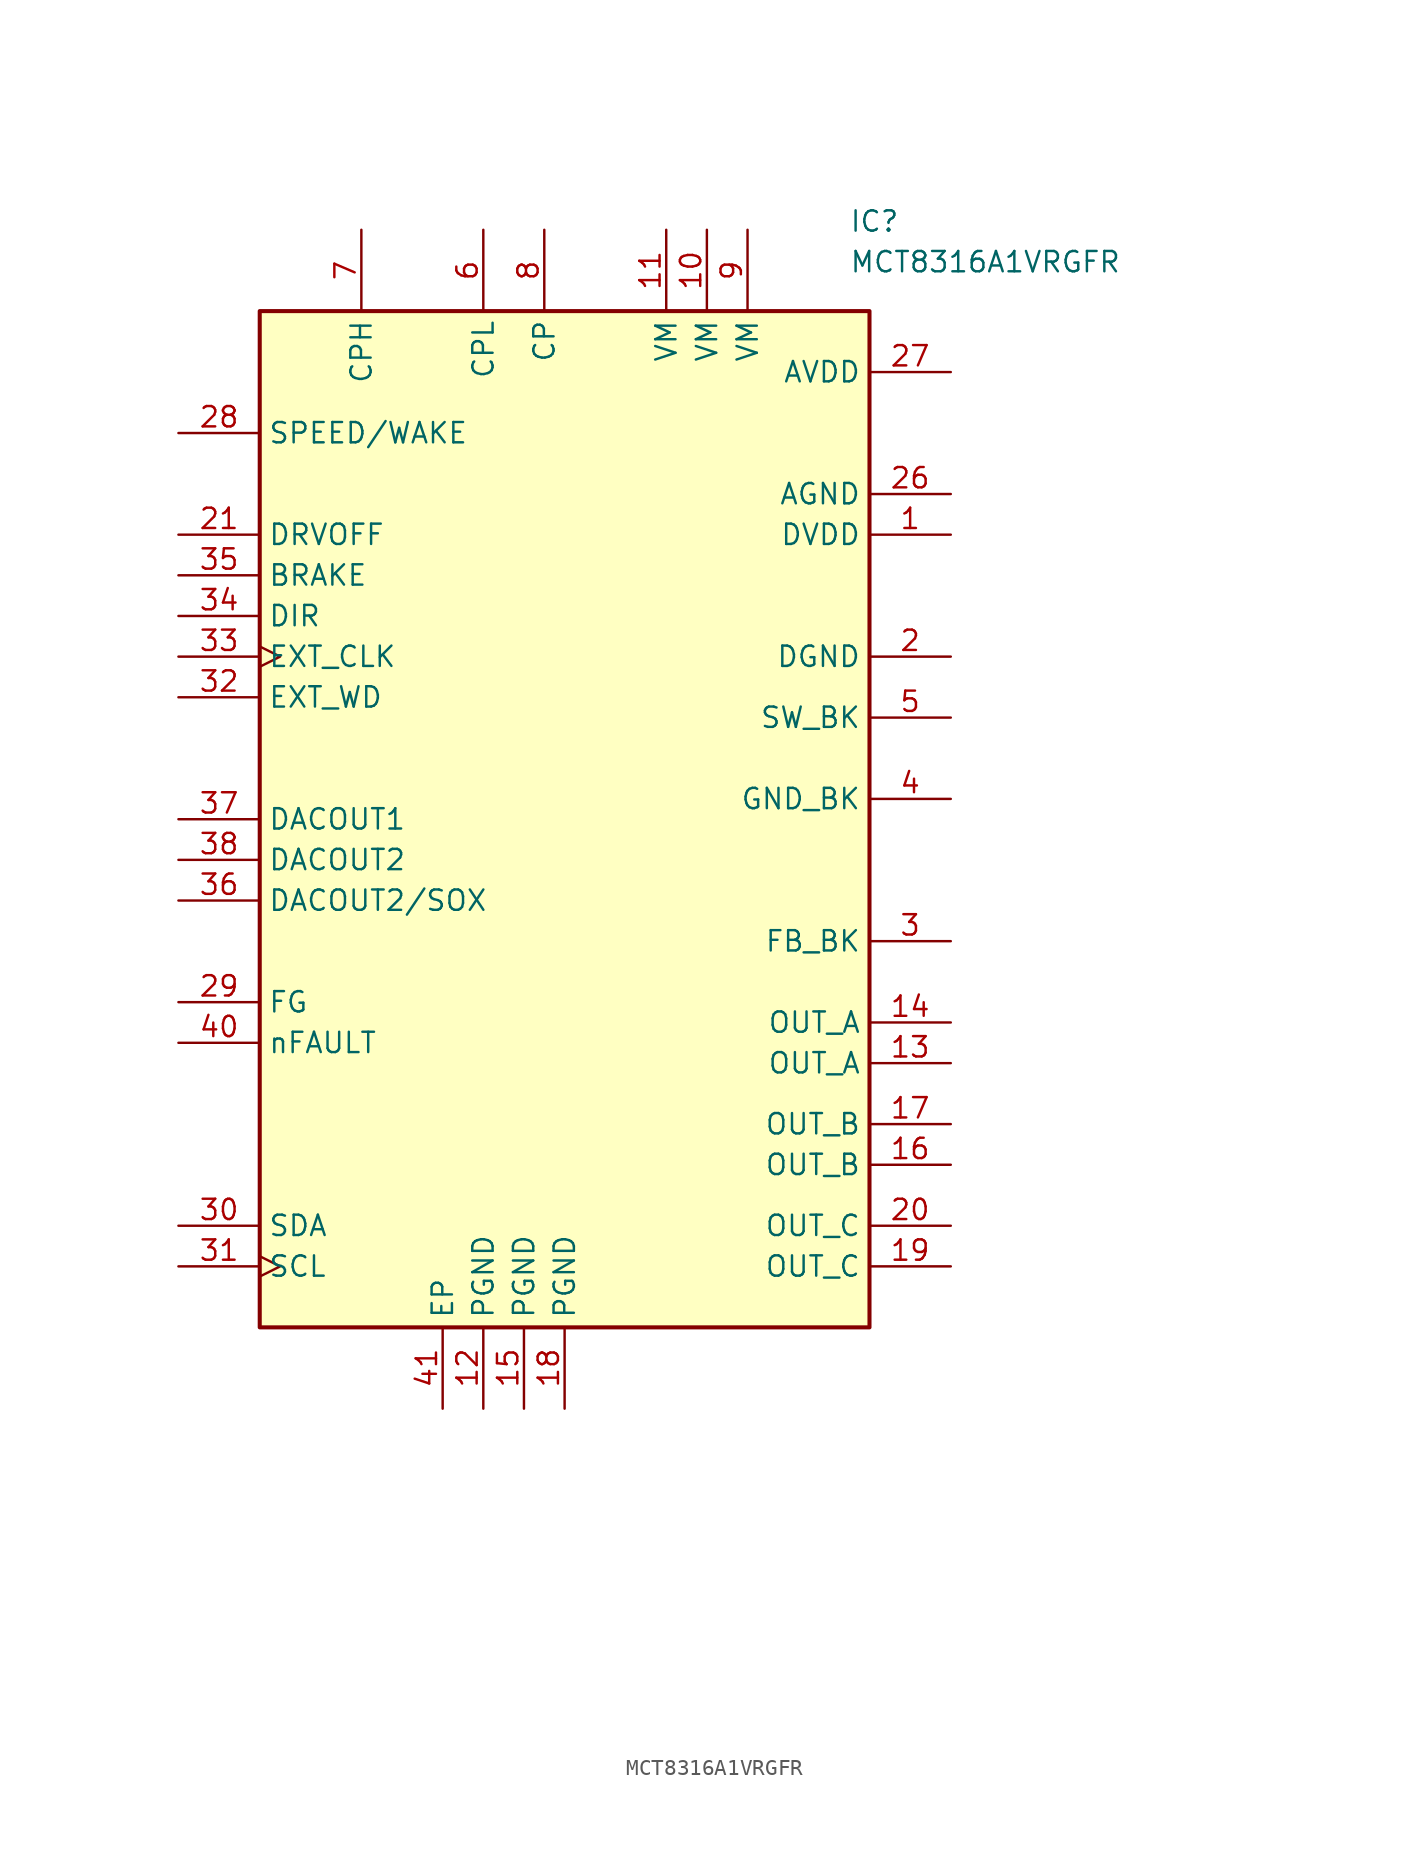
<source format=kicad_sym>
(kicad_symbol_lib
  (version 20231120)
  (generator "kicad_symbol_editor")
  (generator_version "8.0")
  (symbol "MCT8316A1VRGFR"
    (property "Reference" "IC"
      (at 17.78 38.1 0)
      (effects (font (size 1.27 1.27)) (justify left top)))
    (property "Value" "MCT8316A1VRGFR"
      (at 17.78 35.56 0)
      (effects (font (size 1.27 1.27)) (justify left top)))
    (symbol "MCT8316A1VRGFR_1_1"
      (rectangle (start -19.05 31.75) (end 19.05 -31.75) (stroke (width 0.254) (type default)) (fill (type background)))
      (pin power_out line (at 24.13 17.78 180) (length 5.08) (name "DVDD" (effects (font (size 1.27 1.27)))) (number "1" (effects (font (size 1.27 1.27)))))
      (pin power_in line (at 8.89 36.83 270) (length 5.08) (name "VM" (effects (font (size 1.27 1.27)))) (number "10" (effects (font (size 1.27 1.27)))))
      (pin power_in line (at 6.35 36.83 270) (length 5.08) (name "VM" (effects (font (size 1.27 1.27)))) (number "11" (effects (font (size 1.27 1.27)))))
      (pin power_in line (at -5.08 -36.83 90) (length 5.08) (name "PGND" (effects (font (size 1.27 1.27)))) (number "12" (effects (font (size 1.27 1.27)))))
      (pin passive line (at 24.13 -15.24 180) (length 5.08) (name "OUT_A" (effects (font (size 1.27 1.27)))) (number "13" (effects (font (size 1.27 1.27)))))
      (pin passive line (at 24.13 -12.7 180) (length 5.08) (name "OUT_A" (effects (font (size 1.27 1.27)))) (number "14" (effects (font (size 1.27 1.27)))))
      (pin power_in line (at -2.54 -36.83 90) (length 5.08) (name "PGND" (effects (font (size 1.27 1.27)))) (number "15" (effects (font (size 1.27 1.27)))))
      (pin passive line (at 24.13 -21.59 180) (length 5.08) (name "OUT_B" (effects (font (size 1.27 1.27)))) (number "16" (effects (font (size 1.27 1.27)))))
      (pin passive line (at 24.13 -19.05 180) (length 5.08) (name "OUT_B" (effects (font (size 1.27 1.27)))) (number "17" (effects (font (size 1.27 1.27)))))
      (pin power_in line (at 0 -36.83 90) (length 5.08) (name "PGND" (effects (font (size 1.27 1.27)))) (number "18" (effects (font (size 1.27 1.27)))))
      (pin passive line (at 24.13 -27.94 180) (length 5.08) (name "OUT_C" (effects (font (size 1.27 1.27)))) (number "19" (effects (font (size 1.27 1.27)))))
      (pin power_in line (at 24.13 10.16 180) (length 5.08) (name "DGND" (effects (font (size 1.27 1.27)))) (number "2" (effects (font (size 1.27 1.27)))))
      (pin passive line (at 24.13 -25.4 180) (length 5.08) (name "OUT_C" (effects (font (size 1.27 1.27)))) (number "20" (effects (font (size 1.27 1.27)))))
      (pin input line (at -24.13 17.78 0) (length 5.08) (name "DRVOFF" (effects (font (size 1.27 1.27)))) (number "21" (effects (font (size 1.27 1.27)))))
      (pin no_connect line (at 43.18 -49.53 180) (length 5.08) hide (name "NC_1" (effects (font (size 1.27 1.27)))) (number "22" (effects (font (size 1.27 1.27)))))
      (pin no_connect line (at 43.18 -46.99 180) (length 5.08) hide (name "NC_2" (effects (font (size 1.27 1.27)))) (number "23" (effects (font (size 1.27 1.27)))))
      (pin no_connect line (at 43.18 -44.45 180) (length 5.08) hide (name "NC_3" (effects (font (size 1.27 1.27)))) (number "24" (effects (font (size 1.27 1.27)))))
      (pin no_connect line (at 43.18 -41.91 180) (length 5.08) hide (name "NC_4" (effects (font (size 1.27 1.27)))) (number "25" (effects (font (size 1.27 1.27)))))
      (pin power_in line (at 24.13 20.32 180) (length 5.08) (name "AGND" (effects (font (size 1.27 1.27)))) (number "26" (effects (font (size 1.27 1.27)))))
      (pin power_out line (at 24.13 27.94 180) (length 5.08) (name "AVDD" (effects (font (size 1.27 1.27)))) (number "27" (effects (font (size 1.27 1.27)))))
      (pin input line (at -24.13 24.13 0) (length 5.08) (name "SPEED/WAKE" (effects (font (size 1.27 1.27)))) (number "28" (effects (font (size 1.27 1.27)))))
      (pin output line (at -24.13 -11.43 0) (length 5.08) (name "FG" (effects (font (size 1.27 1.27)))) (number "29" (effects (font (size 1.27 1.27)))))
      (pin passive line (at 24.13 -7.62 180) (length 5.08) (name "FB_BK" (effects (font (size 1.27 1.27)))) (number "3" (effects (font (size 1.27 1.27)))))
      (pin output line (at -24.13 -25.4 0) (length 5.08) (name "SDA" (effects (font (size 1.27 1.27)))) (number "30" (effects (font (size 1.27 1.27)))))
      (pin input clock (at -24.13 -27.94 0) (length 5.08) (name "SCL" (effects (font (size 1.27 1.27)))) (number "31" (effects (font (size 1.27 1.27)))))
      (pin input line (at -24.13 7.62 0) (length 5.08) (name "EXT_WD" (effects (font (size 1.27 1.27)))) (number "32" (effects (font (size 1.27 1.27)))))
      (pin input clock (at -24.13 10.16 0) (length 5.08) (name "EXT_CLK" (effects (font (size 1.27 1.27)))) (number "33" (effects (font (size 1.27 1.27)))))
      (pin input line (at -24.13 12.7 0) (length 5.08) (name "DIR" (effects (font (size 1.27 1.27)))) (number "34" (effects (font (size 1.27 1.27)))))
      (pin input line (at -24.13 15.24 0) (length 5.08) (name "BRAKE" (effects (font (size 1.27 1.27)))) (number "35" (effects (font (size 1.27 1.27)))))
      (pin output line (at -24.13 -5.08 0) (length 5.08) (name "DACOUT2/SOX" (effects (font (size 1.27 1.27)))) (number "36" (effects (font (size 1.27 1.27)))))
      (pin output line (at -24.13 0 0) (length 5.08) (name "DACOUT1" (effects (font (size 1.27 1.27)))) (number "37" (effects (font (size 1.27 1.27)))))
      (pin output line (at -24.13 -2.54 0) (length 5.08) (name "DACOUT2" (effects (font (size 1.27 1.27)))) (number "38" (effects (font (size 1.27 1.27)))))
      (pin no_connect line (at 43.18 -39.37 180) (length 5.08) hide (name "NC_5" (effects (font (size 1.27 1.27)))) (number "39" (effects (font (size 1.27 1.27)))))
      (pin power_in line (at 24.13 1.27 180) (length 5.08) (name "GND_BK" (effects (font (size 1.27 1.27)))) (number "4" (effects (font (size 1.27 1.27)))))
      (pin output line (at -24.13 -13.97 0) (length 5.08) (name "nFAULT" (effects (font (size 1.27 1.27)))) (number "40" (effects (font (size 1.27 1.27)))))
      (pin passive line (at -7.62 -36.83 90) (length 5.08) (name "EP" (effects (font (size 1.27 1.27)))) (number "41" (effects (font (size 1.27 1.27)))))
      (pin passive line (at 24.13 6.35 180) (length 5.08) (name "SW_BK" (effects (font (size 1.27 1.27)))) (number "5" (effects (font (size 1.27 1.27)))))
      (pin passive line (at -5.08 36.83 270) (length 5.08) (name "CPL" (effects (font (size 1.27 1.27)))) (number "6" (effects (font (size 1.27 1.27)))))
      (pin passive line (at -12.7 36.83 270) (length 5.08) (name "CPH" (effects (font (size 1.27 1.27)))) (number "7" (effects (font (size 1.27 1.27)))))
      (pin passive line (at -1.27 36.83 270) (length 5.08) (name "CP" (effects (font (size 1.27 1.27)))) (number "8" (effects (font (size 1.27 1.27)))))
      (pin power_in line (at 11.43 36.83 270) (length 5.08) (name "VM" (effects (font (size 1.27 1.27)))) (number "9" (effects (font (size 1.27 1.27))))))))
</source>
